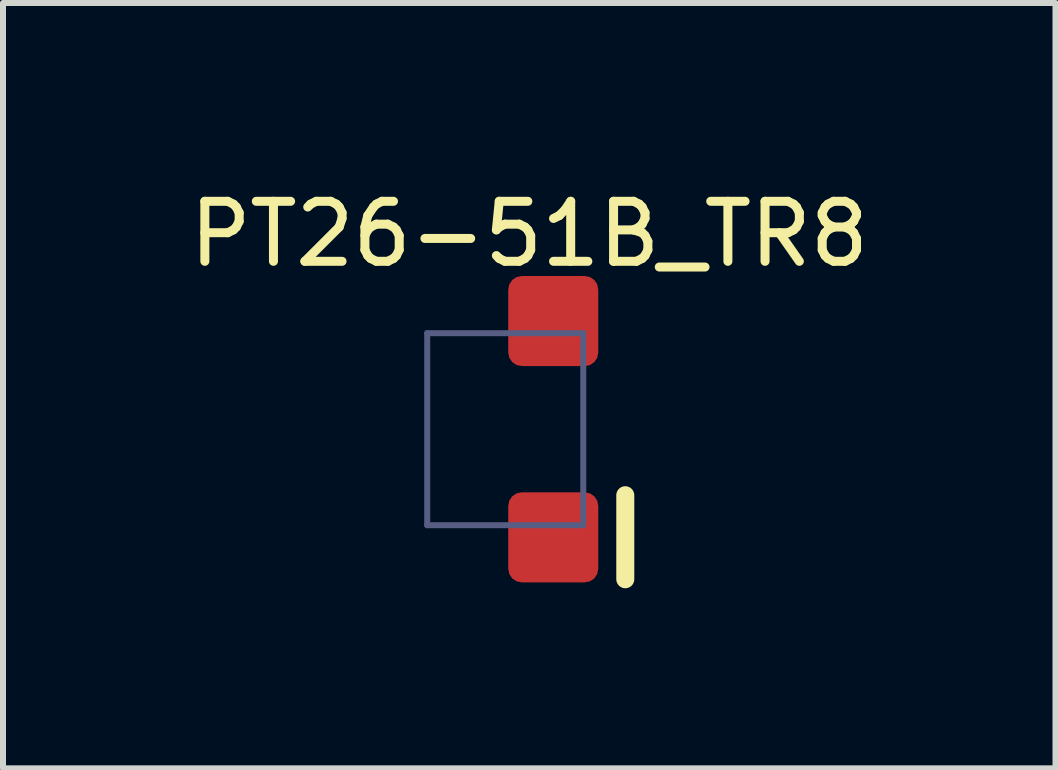
<source format=kicad_pcb>
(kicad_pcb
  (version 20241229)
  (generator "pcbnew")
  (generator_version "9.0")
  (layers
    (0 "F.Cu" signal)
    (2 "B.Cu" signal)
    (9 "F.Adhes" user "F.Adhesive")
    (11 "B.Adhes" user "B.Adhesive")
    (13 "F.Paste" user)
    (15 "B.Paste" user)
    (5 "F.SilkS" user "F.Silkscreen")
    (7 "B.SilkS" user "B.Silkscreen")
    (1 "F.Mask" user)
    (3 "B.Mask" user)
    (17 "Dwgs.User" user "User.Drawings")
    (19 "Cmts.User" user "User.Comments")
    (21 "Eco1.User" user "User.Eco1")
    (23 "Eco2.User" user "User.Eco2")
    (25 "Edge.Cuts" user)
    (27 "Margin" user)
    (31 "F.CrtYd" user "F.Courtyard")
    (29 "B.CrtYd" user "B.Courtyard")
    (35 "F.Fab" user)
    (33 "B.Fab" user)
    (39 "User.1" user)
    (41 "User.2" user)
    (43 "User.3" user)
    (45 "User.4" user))
  (footprint "PT26-51B_TR8"
    (layer "F.Cu")
    (at 6.168 4.101)
    (property "Reference" "PT26-51B_TR8" (at -0.4 -3.252 0) (unlocked yes) (layer "F.SilkS") (effects (font (size 1 1) (thickness 0.15))))
    (fp_line (start 1.2 2.5) (end 1.2 1.1) (stroke (width 0.3) (type solid)) (layer "F.SilkS"))
    (fp_line (start -1 -1.775) (end 1 -1.775) (stroke (width 0.1) (type solid)) (layer "Eco2.User"))
    (fp_line (start -1 1.775) (end -1 -1.775) (stroke (width 0.1) (type solid)) (layer "Eco2.User"))
    (fp_line (start -1 1.775) (end 1 1.775) (stroke (width 0.1) (type solid)) (layer "Eco2.User"))
    (fp_line (start -0.5 0) (end 0.5 0) (stroke (width 0.1) (type solid)) (layer "Eco2.User"))
    (fp_line (start 0 0.5) (end 0 -0.5) (stroke (width 0.1) (type solid)) (layer "Eco2.User"))
    (fp_line (start 1 1.775) (end 1 -1.775) (stroke (width 0.1) (type solid)) (layer "Eco2.User"))
    (fp_line (start -2.1 -1.6) (end 0.5 -1.6) (stroke (width 0.1) (type solid)) (layer "B.Fab"))
    (fp_line (start -2.1 1.6) (end -2.1 -1.6) (stroke (width 0.1) (type solid)) (layer "B.Fab"))
    (fp_line (start -2.1 1.6) (end 0.5 1.6) (stroke (width 0.1) (type solid)) (layer "B.Fab"))
    (fp_line (start 0.5 1.6) (end 0.5 -1.6) (stroke (width 0.1) (type solid)) (layer "B.Fab"))
    (pad "1" smd roundrect (at 0 -1.802) (size 1.5 1.5) (layers "F.Cu" "F.Mask" "F.Paste") (roundrect_rratio 0.15))
    (pad "2" smd roundrect (at 0 1.802) (size 1.5 1.5) (layers "F.Cu" "F.Mask" "F.Paste") (roundrect_rratio 0.15)))
  (gr_rect
    (start -3 -3)
    (end 14.536 9.751)
    (stroke (width 0.1) (type default))
    (fill no)
    (layer "Edge.Cuts")))
</source>
